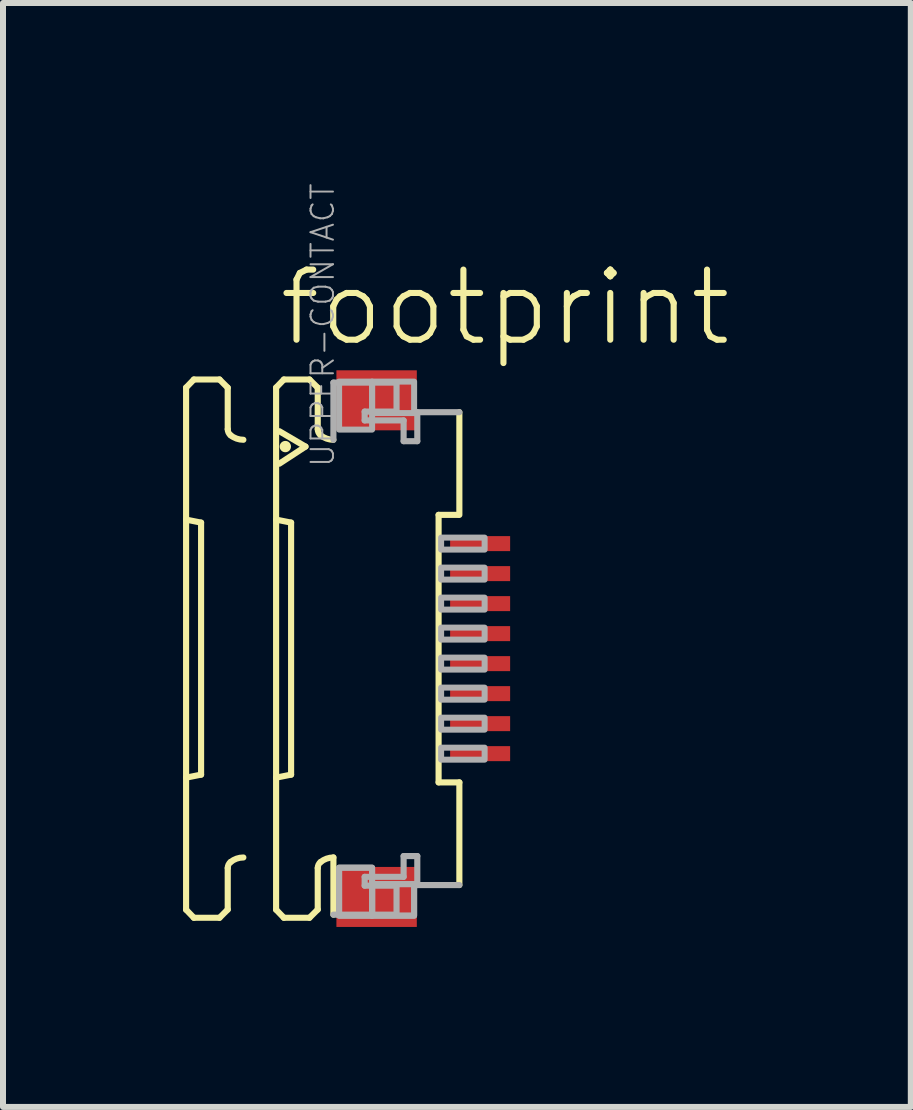
<source format=kicad_pcb>
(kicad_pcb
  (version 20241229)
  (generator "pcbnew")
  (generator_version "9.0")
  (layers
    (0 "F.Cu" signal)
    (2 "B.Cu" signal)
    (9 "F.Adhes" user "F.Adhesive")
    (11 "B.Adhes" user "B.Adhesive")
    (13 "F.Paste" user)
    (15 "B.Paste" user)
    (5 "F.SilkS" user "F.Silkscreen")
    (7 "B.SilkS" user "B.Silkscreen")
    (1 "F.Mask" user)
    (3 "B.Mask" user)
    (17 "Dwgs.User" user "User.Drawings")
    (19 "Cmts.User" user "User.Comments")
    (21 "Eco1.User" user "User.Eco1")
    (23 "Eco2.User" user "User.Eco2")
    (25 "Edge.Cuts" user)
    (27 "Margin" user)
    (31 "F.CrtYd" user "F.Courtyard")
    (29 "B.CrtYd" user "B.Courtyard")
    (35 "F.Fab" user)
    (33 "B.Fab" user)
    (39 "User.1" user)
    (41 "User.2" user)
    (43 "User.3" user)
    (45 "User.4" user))
  (footprint "footprint"
    (layer "F.Cu")
    (at 3.046 7.759)
    (property "Reference" "footprint" (at -1.5 -5 0) (layer "F.SilkS") (effects (font (size 1.168 1.168) (thickness 0.102)) (justify left bottom)))
    (fp_poly (pts (xy 1.355 -1.575) (xy 2.455 -1.575) (xy 2.455 -1.925) (xy 1.355 -1.925)) (stroke (width 0) (type solid)) (fill yes) (layer "F.Mask"))
    (fp_poly (pts (xy 1.355 -1.075) (xy 2.455 -1.075) (xy 2.455 -1.425) (xy 1.355 -1.425)) (stroke (width 0) (type solid)) (fill yes) (layer "F.Mask"))
    (fp_poly (pts (xy 1.355 -0.575) (xy 2.455 -0.575) (xy 2.455 -0.925) (xy 1.355 -0.925)) (stroke (width 0) (type solid)) (fill yes) (layer "F.Mask"))
    (fp_poly (pts (xy 1.355 -0.075) (xy 2.455 -0.075) (xy 2.455 -0.425) (xy 1.355 -0.425)) (stroke (width 0) (type solid)) (fill yes) (layer "F.Mask"))
    (fp_poly (pts (xy 1.355 0.425) (xy 2.455 0.425) (xy 2.455 0.075) (xy 1.355 0.075)) (stroke (width 0) (type solid)) (fill yes) (layer "F.Mask"))
    (fp_poly (pts (xy 1.355 0.925) (xy 2.455 0.925) (xy 2.455 0.575) (xy 1.355 0.575)) (stroke (width 0) (type solid)) (fill yes) (layer "F.Mask"))
    (fp_poly (pts (xy 1.355 1.425) (xy 2.455 1.425) (xy 2.455 1.075) (xy 1.355 1.075)) (stroke (width 0) (type solid)) (fill yes) (layer "F.Mask"))
    (fp_poly (pts (xy 1.355 1.925) (xy 2.455 1.925) (xy 2.455 1.575) (xy 1.355 1.575)) (stroke (width 0) (type solid)) (fill yes) (layer "F.Mask"))
    (fp_line (start -2.995 -4.35) (end -2.865 -4.485) (stroke (width 0.102) (type solid)) (layer "F.SilkS"))
    (fp_line (start -2.995 -2.15) (end -2.745 -2.1) (stroke (width 0.102) (type solid)) (layer "F.SilkS"))
    (fp_line (start -2.995 4.35) (end -2.995 -4.35) (stroke (width 0.102) (type solid)) (layer "F.SilkS"))
    (fp_line (start -2.995 4.35) (end -2.865 4.485) (stroke (width 0.102) (type solid)) (layer "F.SilkS"))
    (fp_line (start -2.865 -4.485) (end -2.438 -4.485) (stroke (width 0.102) (type solid)) (layer "F.SilkS"))
    (fp_line (start -2.865 4.485) (end -2.438 4.485) (stroke (width 0.102) (type solid)) (layer "F.SilkS"))
    (fp_line (start -2.745 2.1) (end -2.995 2.15) (stroke (width 0.102) (type solid)) (layer "F.SilkS"))
    (fp_line (start -2.745 2.1) (end -2.745 -2.1) (stroke (width 0.102) (type solid)) (layer "F.SilkS"))
    (fp_line (start -2.438 -4.485) (end -2.301 -4.348) (stroke (width 0.102) (type solid)) (layer "F.SilkS"))
    (fp_line (start -2.438 4.485) (end -2.301 4.348) (stroke (width 0.102) (type solid)) (layer "F.SilkS"))
    (fp_line (start -2.301 -4.348) (end -2.301 -3.656) (stroke (width 0.102) (type solid)) (layer "F.SilkS"))
    (fp_line (start -2.301 4.348) (end -2.301 3.656) (stroke (width 0.102) (type solid)) (layer "F.SilkS"))
    (fp_line (start -1.495 -4.35) (end -1.365 -4.485) (stroke (width 0.102) (type solid)) (layer "F.SilkS"))
    (fp_line (start -1.495 -2.15) (end -1.245 -2.1) (stroke (width 0.102) (type solid)) (layer "F.SilkS"))
    (fp_line (start -1.495 4.35) (end -1.495 -4.35) (stroke (width 0.102) (type solid)) (layer "F.SilkS"))
    (fp_line (start -1.495 4.35) (end -1.365 4.485) (stroke (width 0.102) (type solid)) (layer "F.SilkS"))
    (fp_line (start -1.441 -3.623) (end -1.005 -3.367) (stroke (width 0.102) (type solid)) (layer "F.SilkS"))
    (fp_line (start -1.365 -4.485) (end -0.939 -4.485) (stroke (width 0.102) (type solid)) (layer "F.SilkS"))
    (fp_line (start -1.365 4.485) (end -0.939 4.485) (stroke (width 0.102) (type solid)) (layer "F.SilkS"))
    (fp_line (start -1.245 2.1) (end -1.495 2.15) (stroke (width 0.102) (type solid)) (layer "F.SilkS"))
    (fp_line (start -1.245 2.1) (end -1.245 -2.1) (stroke (width 0.102) (type solid)) (layer "F.SilkS"))
    (fp_line (start -1.005 -3.367) (end -1.441 -3.082) (stroke (width 0.102) (type solid)) (layer "F.SilkS"))
    (fp_line (start -0.939 -4.485) (end -0.801 -4.348) (stroke (width 0.102) (type solid)) (layer "F.SilkS"))
    (fp_line (start -0.939 4.485) (end -0.801 4.348) (stroke (width 0.102) (type solid)) (layer "F.SilkS"))
    (fp_line (start -0.801 -4.348) (end -0.801 -3.656) (stroke (width 0.102) (type solid)) (layer "F.SilkS"))
    (fp_line (start -0.801 4.348) (end -0.801 3.656) (stroke (width 0.102) (type solid)) (layer "F.SilkS"))
    (fp_line (start -0.54 3.48) (end -0.54 4.433) (stroke (width 0.102) (type solid)) (layer "F.SilkS"))
    (fp_line (start 1.213 2.229) (end 1.213 -2.229) (stroke (width 0.102) (type solid)) (layer "F.SilkS"))
    (fp_line (start 1.538 -2.229) (end 1.213 -2.229) (stroke (width 0.102) (type solid)) (layer "F.SilkS"))
    (fp_line (start 1.559 -3.94) (end 1.559 -2.229) (stroke (width 0.102) (type solid)) (layer "F.SilkS"))
    (fp_line (start 1.559 2.229) (end 1.213 2.229) (stroke (width 0.102) (type solid)) (layer "F.SilkS"))
    (fp_line (start 1.559 3.94) (end 1.559 2.229) (stroke (width 0.102) (type solid)) (layer "F.SilkS"))
    (fp_arc (start -2.301 3.6557) (mid -2.288538 3.600596) (end -2.2536 3.556199) (stroke (width 0.1016) (type solid)) (layer "F.SilkS"))
    (fp_arc (start -2.2536 -3.556199) (mid -2.288538 -3.600596) (end -2.301 -3.6557) (stroke (width 0.1016) (type solid)) (layer "F.SilkS"))
    (fp_arc (start -2.2536 3.5562) (mid -2.153476 3.499935) (end -2.0403 3.480399) (stroke (width 0.1016) (type solid)) (layer "F.SilkS"))
    (fp_arc (start -2.0403 -3.480399) (mid -2.153476 -3.499935) (end -2.2536 -3.5562) (stroke (width 0.1016) (type solid)) (layer "F.SilkS"))
    (fp_arc (start -0.801 3.6557) (mid -0.788538 3.600596) (end -0.7536 3.556199) (stroke (width 0.1016) (type solid)) (layer "F.SilkS"))
    (fp_arc (start -0.7536 -3.556199) (mid -0.788538 -3.600596) (end -0.801 -3.6557) (stroke (width 0.1016) (type solid)) (layer "F.SilkS"))
    (fp_arc (start -0.7536 3.5562) (mid -0.653476 3.499935) (end -0.5403 3.480399) (stroke (width 0.1016) (type solid)) (layer "F.SilkS"))
    (fp_arc (start -0.5403 -3.480399) (mid -0.653476 -3.499935) (end -0.7536 -3.5562) (stroke (width 0.1016) (type solid)) (layer "F.SilkS"))
    (fp_circle (center -1.341 -3.367) (end -1.294 -3.367) (stroke (width 0.095) (type solid)) (fill yes) (layer "F.SilkS"))
    (fp_line (start -0.54 -4.433) (end 0.512 -4.433) (stroke (width 0.102) (type solid)) (layer "F.Fab"))
    (fp_line (start -0.54 -3.48) (end -0.54 -4.433) (stroke (width 0.102) (type solid)) (layer "F.Fab"))
    (fp_line (start -0.54 4.433) (end 0.512 4.433) (stroke (width 0.102) (type solid)) (layer "F.Fab"))
    (fp_line (start -0.019 -3.95) (end -0.019 -3.803) (stroke (width 0.102) (type solid)) (layer "F.Fab"))
    (fp_line (start -0.019 -3.803) (end 0.63 -3.803) (stroke (width 0.102) (type solid)) (layer "F.Fab"))
    (fp_line (start -0.019 3.803) (end 0.63 3.803) (stroke (width 0.102) (type solid)) (layer "F.Fab"))
    (fp_line (start -0.019 3.95) (end -0.019 3.803) (stroke (width 0.102) (type solid)) (layer "F.Fab"))
    (fp_line (start 0.512 -4.433) (end 0.512 -3.95) (stroke (width 0.102) (type solid)) (layer "F.Fab"))
    (fp_line (start 0.512 -3.95) (end -0.019 -3.95) (stroke (width 0.102) (type solid)) (layer "F.Fab"))
    (fp_line (start 0.512 3.95) (end -0.019 3.95) (stroke (width 0.102) (type solid)) (layer "F.Fab"))
    (fp_line (start 0.512 4.433) (end 0.512 3.95) (stroke (width 0.102) (type solid)) (layer "F.Fab"))
    (fp_line (start 0.63 -3.803) (end 0.63 -3.457) (stroke (width 0.102) (type solid)) (layer "F.Fab"))
    (fp_line (start 0.63 -3.457) (end 0.858 -3.457) (stroke (width 0.102) (type solid)) (layer "F.Fab"))
    (fp_line (start 0.63 3.457) (end 0.858 3.457) (stroke (width 0.102) (type solid)) (layer "F.Fab"))
    (fp_line (start 0.63 3.803) (end 0.63 3.457) (stroke (width 0.102) (type solid)) (layer "F.Fab"))
    (fp_line (start 0.858 -3.94) (end 1.559 -3.94) (stroke (width 0.102) (type solid)) (layer "F.Fab"))
    (fp_line (start 0.858 -3.457) (end 0.858 -3.94) (stroke (width 0.102) (type solid)) (layer "F.Fab"))
    (fp_line (start 0.858 3.457) (end 0.858 3.94) (stroke (width 0.102) (type solid)) (layer "F.Fab"))
    (fp_line (start 0.858 3.94) (end 1.559 3.94) (stroke (width 0.102) (type solid)) (layer "F.Fab"))
    (fp_poly (pts (xy -0.445 -3.65) (xy 0.105 -3.65) (xy 0.105 -4.45) (xy -0.445 -4.45)) (stroke (width 0.1) (type solid)) (fill no) (layer "F.Fab"))
    (fp_poly (pts (xy -0.445 4.45) (xy 0.105 4.45) (xy 0.105 3.65) (xy -0.445 3.65)) (stroke (width 0.1) (type solid)) (fill no) (layer "F.Fab"))
    (fp_poly (pts (xy -0.445 4.45) (xy 0.105 4.45) (xy 0.105 3.65) (xy -0.445 3.65)) (stroke (width 0.1) (type solid)) (fill no) (layer "F.Fab"))
    (fp_poly (pts (xy 0.105 -3.925) (xy 0.805 -3.925) (xy 0.805 -4.45) (xy 0.105 -4.45)) (stroke (width 0.1) (type solid)) (fill no) (layer "F.Fab"))
    (fp_poly (pts (xy 0.105 4.45) (xy 0.805 4.45) (xy 0.805 3.925) (xy 0.105 3.925)) (stroke (width 0.1) (type solid)) (fill no) (layer "F.Fab"))
    (fp_poly (pts (xy 0.105 4.45) (xy 0.805 4.45) (xy 0.805 3.925) (xy 0.105 3.925)) (stroke (width 0.1) (type solid)) (fill no) (layer "F.Fab"))
    (fp_poly (pts (xy 1.255 -1.65) (xy 1.98 -1.65) (xy 1.98 -1.85) (xy 1.255 -1.85)) (stroke (width 0.1) (type solid)) (fill no) (layer "F.Fab"))
    (fp_poly (pts (xy 1.255 -1.15) (xy 1.98 -1.15) (xy 1.98 -1.35) (xy 1.255 -1.35)) (stroke (width 0.1) (type solid)) (fill no) (layer "F.Fab"))
    (fp_poly (pts (xy 1.255 -0.65) (xy 1.98 -0.65) (xy 1.98 -0.85) (xy 1.255 -0.85)) (stroke (width 0.1) (type solid)) (fill no) (layer "F.Fab"))
    (fp_poly (pts (xy 1.255 -0.15) (xy 1.98 -0.15) (xy 1.98 -0.35) (xy 1.255 -0.35)) (stroke (width 0.1) (type solid)) (fill no) (layer "F.Fab"))
    (fp_poly (pts (xy 1.255 0.35) (xy 1.98 0.35) (xy 1.98 0.15) (xy 1.255 0.15)) (stroke (width 0.1) (type solid)) (fill no) (layer "F.Fab"))
    (fp_poly (pts (xy 1.255 0.85) (xy 1.98 0.85) (xy 1.98 0.65) (xy 1.255 0.65)) (stroke (width 0.1) (type solid)) (fill no) (layer "F.Fab"))
    (fp_poly (pts (xy 1.255 1.35) (xy 1.98 1.35) (xy 1.98 1.15) (xy 1.255 1.15)) (stroke (width 0.1) (type solid)) (fill no) (layer "F.Fab"))
    (fp_poly (pts (xy 1.255 1.85) (xy 1.98 1.85) (xy 1.98 1.65) (xy 1.255 1.65)) (stroke (width 0.1) (type solid)) (fill no) (layer "F.Fab"))
    (fp_text user "UPPER-CONTACT" (at -0.5 -3 270) (layer "F.Fab") (effects (font (size 0.374 0.374) (thickness 0.033)) (justify left bottom)))
    (pad "1" smd rect (at 1.905 -1.75) (size 1 0.25) (layers "F.Cu" "F.Paste"))
    (pad "2" smd rect (at 1.905 -1.25) (size 1 0.25) (layers "F.Cu" "F.Paste"))
    (pad "3" smd rect (at 1.905 -0.75) (size 1 0.25) (layers "F.Cu" "F.Paste"))
    (pad "4" smd rect (at 1.905 -0.25) (size 1 0.25) (layers "F.Cu" "F.Paste"))
    (pad "5" smd rect (at 1.905 0.25) (size 1 0.25) (layers "F.Cu" "F.Paste"))
    (pad "6" smd rect (at 1.905 0.75) (size 1 0.25) (layers "F.Cu" "F.Paste"))
    (pad "7" smd rect (at 1.905 1.25) (size 1 0.25) (layers "F.Cu" "F.Paste"))
    (pad "8" smd rect (at 1.905 1.75) (size 1 0.25) (layers "F.Cu" "F.Paste"))
    (pad "M1" smd rect (at 0.18 -4.138) (size 1.34 1) (layers "F.Cu" "F.Mask" "F.Paste"))
    (pad "M2" smd rect (at 0.18 4.138) (size 1.34 1) (layers "F.Cu" "F.Mask" "F.Paste")))
  (gr_rect
    (start -3 -3)
    (end 12.128 15.396)
    (stroke (width 0.1) (type default))
    (fill no)
    (layer "Edge.Cuts")))
</source>
